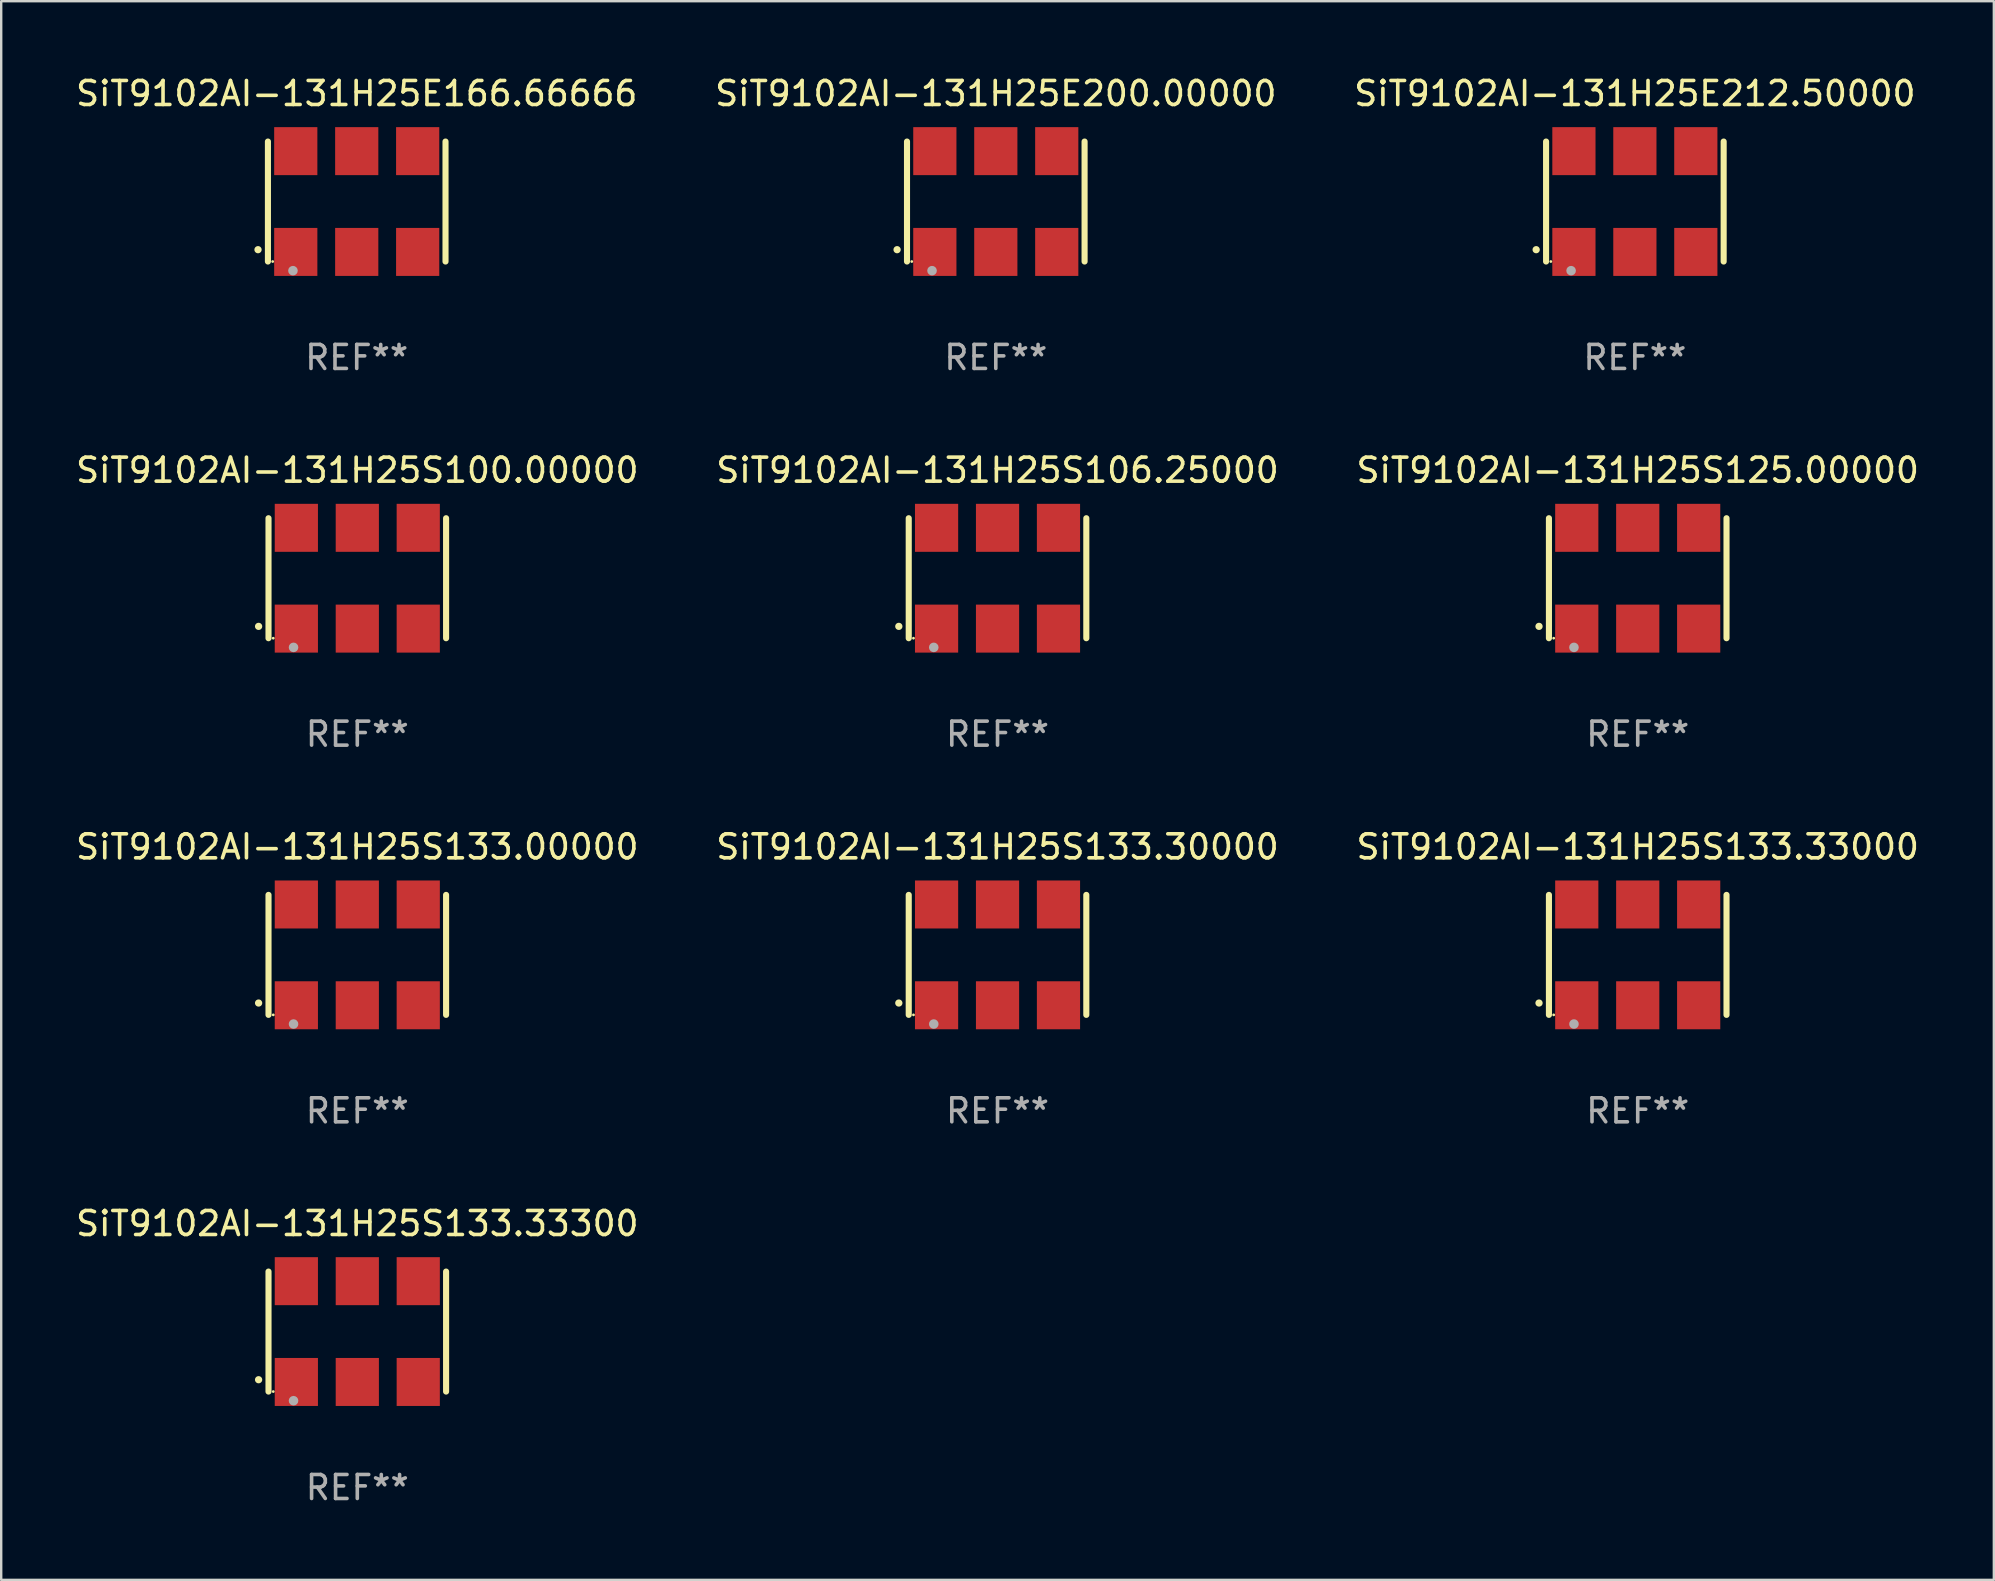
<source format=kicad_pcb>
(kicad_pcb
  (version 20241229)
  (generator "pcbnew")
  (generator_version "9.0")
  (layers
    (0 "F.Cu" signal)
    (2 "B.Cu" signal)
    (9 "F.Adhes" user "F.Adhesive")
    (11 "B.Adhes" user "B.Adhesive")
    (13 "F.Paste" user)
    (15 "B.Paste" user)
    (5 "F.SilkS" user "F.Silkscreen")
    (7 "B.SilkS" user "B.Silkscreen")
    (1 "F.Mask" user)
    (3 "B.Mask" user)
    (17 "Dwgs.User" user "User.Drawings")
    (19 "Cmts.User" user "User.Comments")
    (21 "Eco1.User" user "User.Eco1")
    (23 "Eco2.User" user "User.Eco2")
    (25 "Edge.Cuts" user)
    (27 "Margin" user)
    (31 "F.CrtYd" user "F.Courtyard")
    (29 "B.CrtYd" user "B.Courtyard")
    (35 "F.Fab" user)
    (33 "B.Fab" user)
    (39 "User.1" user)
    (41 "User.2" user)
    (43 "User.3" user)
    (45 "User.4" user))
  (footprint "SiT9102AI-131H25S125.00000"
    (layer "F.Cu")
    (at 65.196 21.045)
    (property "Reference" "SiT9102AI-131H25S125.00000" (at 0 -4.5 0) (layer "F.SilkS") (effects (font (size 1 1) (thickness 0.15))))
    (attr through_hole)
    (fp_line (start -3.7 -2.5) (end -3.7 2.5) (stroke (width 0.254) (type solid)) (layer "F.SilkS"))
    (fp_line (start 3.7 -2.5) (end 3.7 2.5) (stroke (width 0.254) (type solid)) (layer "F.SilkS"))
    (fp_arc (start -4.114415 2.006604) (mid -4.113145 2.006599) (end -4.111875 2.006604) (stroke (width 0.3) (type solid)) (layer "F.SilkS"))
    (fp_circle (center -3.502 2.5) (end -3.472 2.5) (stroke (width 0.06) (type solid)) (fill no) (layer "F.SilkS"))
    (fp_circle (center -2.657 2.882) (end -2.557 2.882) (stroke (width 0.2) (type solid)) (fill no) (layer "F.Fab"))
    (fp_text user "REF**" (at 0 6.5 0) (layer "F.Fab") (effects (font (size 1 1) (thickness 0.15))))
    (pad "1" smd rect (at -2.54 2.1) (size 1.8 2) (layers "F.Cu" "F.Mask" "F.Paste"))
    (pad "2" smd rect (at 0.000394 2.1) (size 1.8 2) (layers "F.Cu" "F.Mask" "F.Paste"))
    (pad "3" smd rect (at 2.54 2.1) (size 1.8 2) (layers "F.Cu" "F.Mask" "F.Paste"))
    (pad "4" smd rect (at 2.54 -2.1) (size 1.8 2) (layers "F.Cu" "F.Mask" "F.Paste"))
    (pad "5" smd rect (at 0.000394 -2.1) (size 1.8 2) (layers "F.Cu" "F.Mask" "F.Paste"))
    (pad "6" smd rect (at -2.54 -2.1) (size 1.8 2) (layers "F.Cu" "F.Mask" "F.Paste")))
  (footprint "SiT9102AI-131H25E200.00000"
    (layer "F.Cu")
    (at 38.446 5.348)
    (property "Reference" "SiT9102AI-131H25E200.00000" (at 0 -4.5 0) (layer "F.SilkS") (effects (font (size 1 1) (thickness 0.15))))
    (attr through_hole)
    (fp_line (start -3.7 -2.5) (end -3.7 2.5) (stroke (width 0.254) (type solid)) (layer "F.SilkS"))
    (fp_line (start 3.7 -2.5) (end 3.7 2.5) (stroke (width 0.254) (type solid)) (layer "F.SilkS"))
    (fp_arc (start -4.114415 2.006604) (mid -4.113145 2.006599) (end -4.111875 2.006604) (stroke (width 0.3) (type solid)) (layer "F.SilkS"))
    (fp_circle (center -3.502 2.5) (end -3.472 2.5) (stroke (width 0.06) (type solid)) (fill no) (layer "F.SilkS"))
    (fp_circle (center -2.657 2.882) (end -2.557 2.882) (stroke (width 0.2) (type solid)) (fill no) (layer "F.Fab"))
    (fp_text user "REF**" (at 0 6.5 0) (layer "F.Fab") (effects (font (size 1 1) (thickness 0.15))))
    (pad "1" smd rect (at -2.54 2.1) (size 1.8 2) (layers "F.Cu" "F.Mask" "F.Paste"))
    (pad "2" smd rect (at 0.000394 2.1) (size 1.8 2) (layers "F.Cu" "F.Mask" "F.Paste"))
    (pad "3" smd rect (at 2.54 2.1) (size 1.8 2) (layers "F.Cu" "F.Mask" "F.Paste"))
    (pad "4" smd rect (at 2.54 -2.1) (size 1.8 2) (layers "F.Cu" "F.Mask" "F.Paste"))
    (pad "5" smd rect (at 0.000394 -2.1) (size 1.8 2) (layers "F.Cu" "F.Mask" "F.Paste"))
    (pad "6" smd rect (at -2.54 -2.1) (size 1.8 2) (layers "F.Cu" "F.Mask" "F.Paste")))
  (footprint "SiT9102AI-131H25S106.25000"
    (layer "F.Cu")
    (at 38.518 21.045)
    (property "Reference" "SiT9102AI-131H25S106.25000" (at 0 -4.5 0) (layer "F.SilkS") (effects (font (size 1 1) (thickness 0.15))))
    (attr through_hole)
    (fp_line (start -3.7 -2.5) (end -3.7 2.5) (stroke (width 0.254) (type solid)) (layer "F.SilkS"))
    (fp_line (start 3.7 -2.5) (end 3.7 2.5) (stroke (width 0.254) (type solid)) (layer "F.SilkS"))
    (fp_arc (start -4.114415 2.006604) (mid -4.113145 2.006599) (end -4.111875 2.006604) (stroke (width 0.3) (type solid)) (layer "F.SilkS"))
    (fp_circle (center -3.502 2.5) (end -3.472 2.5) (stroke (width 0.06) (type solid)) (fill no) (layer "F.SilkS"))
    (fp_circle (center -2.657 2.882) (end -2.557 2.882) (stroke (width 0.2) (type solid)) (fill no) (layer "F.Fab"))
    (fp_text user "REF**" (at 0 6.5 0) (layer "F.Fab") (effects (font (size 1 1) (thickness 0.15))))
    (pad "1" smd rect (at -2.54 2.1) (size 1.8 2) (layers "F.Cu" "F.Mask" "F.Paste"))
    (pad "2" smd rect (at 0.000394 2.1) (size 1.8 2) (layers "F.Cu" "F.Mask" "F.Paste"))
    (pad "3" smd rect (at 2.54 2.1) (size 1.8 2) (layers "F.Cu" "F.Mask" "F.Paste"))
    (pad "4" smd rect (at 2.54 -2.1) (size 1.8 2) (layers "F.Cu" "F.Mask" "F.Paste"))
    (pad "5" smd rect (at 0.000394 -2.1) (size 1.8 2) (layers "F.Cu" "F.Mask" "F.Paste"))
    (pad "6" smd rect (at -2.54 -2.1) (size 1.8 2) (layers "F.Cu" "F.Mask" "F.Paste")))
  (footprint "SiT9102AI-131H25S100.00000"
    (layer "F.Cu")
    (at 11.839 21.045)
    (property "Reference" "SiT9102AI-131H25S100.00000" (at 0 -4.5 0) (layer "F.SilkS") (effects (font (size 1 1) (thickness 0.15))))
    (attr through_hole)
    (fp_line (start -3.7 -2.5) (end -3.7 2.5) (stroke (width 0.254) (type solid)) (layer "F.SilkS"))
    (fp_line (start 3.7 -2.5) (end 3.7 2.5) (stroke (width 0.254) (type solid)) (layer "F.SilkS"))
    (fp_arc (start -4.114415 2.006604) (mid -4.113145 2.006599) (end -4.111875 2.006604) (stroke (width 0.3) (type solid)) (layer "F.SilkS"))
    (fp_circle (center -3.502 2.5) (end -3.472 2.5) (stroke (width 0.06) (type solid)) (fill no) (layer "F.SilkS"))
    (fp_circle (center -2.657 2.882) (end -2.557 2.882) (stroke (width 0.2) (type solid)) (fill no) (layer "F.Fab"))
    (fp_text user "REF**" (at 0 6.5 0) (layer "F.Fab") (effects (font (size 1 1) (thickness 0.15))))
    (pad "1" smd rect (at -2.54 2.1) (size 1.8 2) (layers "F.Cu" "F.Mask" "F.Paste"))
    (pad "2" smd rect (at 0.000394 2.1) (size 1.8 2) (layers "F.Cu" "F.Mask" "F.Paste"))
    (pad "3" smd rect (at 2.54 2.1) (size 1.8 2) (layers "F.Cu" "F.Mask" "F.Paste"))
    (pad "4" smd rect (at 2.54 -2.1) (size 1.8 2) (layers "F.Cu" "F.Mask" "F.Paste"))
    (pad "5" smd rect (at 0.000394 -2.1) (size 1.8 2) (layers "F.Cu" "F.Mask" "F.Paste"))
    (pad "6" smd rect (at -2.54 -2.1) (size 1.8 2) (layers "F.Cu" "F.Mask" "F.Paste")))
  (footprint "SiT9102AI-131H25E166.66666"
    (layer "F.Cu")
    (at 11.815 5.348)
    (property "Reference" "SiT9102AI-131H25E166.66666" (at 0 -4.5 0) (layer "F.SilkS") (effects (font (size 1 1) (thickness 0.15))))
    (attr through_hole)
    (fp_line (start -3.7 -2.5) (end -3.7 2.5) (stroke (width 0.254) (type solid)) (layer "F.SilkS"))
    (fp_line (start 3.7 -2.5) (end 3.7 2.5) (stroke (width 0.254) (type solid)) (layer "F.SilkS"))
    (fp_arc (start -4.114415 2.006604) (mid -4.113145 2.006599) (end -4.111875 2.006604) (stroke (width 0.3) (type solid)) (layer "F.SilkS"))
    (fp_circle (center -3.502 2.5) (end -3.472 2.5) (stroke (width 0.06) (type solid)) (fill no) (layer "F.SilkS"))
    (fp_circle (center -2.657 2.882) (end -2.557 2.882) (stroke (width 0.2) (type solid)) (fill no) (layer "F.Fab"))
    (fp_text user "REF**" (at 0 6.5 0) (layer "F.Fab") (effects (font (size 1 1) (thickness 0.15))))
    (pad "1" smd rect (at -2.54 2.1) (size 1.8 2) (layers "F.Cu" "F.Mask" "F.Paste"))
    (pad "2" smd rect (at 0.000394 2.1) (size 1.8 2) (layers "F.Cu" "F.Mask" "F.Paste"))
    (pad "3" smd rect (at 2.54 2.1) (size 1.8 2) (layers "F.Cu" "F.Mask" "F.Paste"))
    (pad "4" smd rect (at 2.54 -2.1) (size 1.8 2) (layers "F.Cu" "F.Mask" "F.Paste"))
    (pad "5" smd rect (at 0.000394 -2.1) (size 1.8 2) (layers "F.Cu" "F.Mask" "F.Paste"))
    (pad "6" smd rect (at -2.54 -2.1) (size 1.8 2) (layers "F.Cu" "F.Mask" "F.Paste")))
  (footprint "SiT9102AI-131H25E212.50000"
    (layer "F.Cu")
    (at 65.077 5.348)
    (property "Reference" "SiT9102AI-131H25E212.50000" (at 0 -4.5 0) (layer "F.SilkS") (effects (font (size 1 1) (thickness 0.15))))
    (attr through_hole)
    (fp_line (start -3.7 -2.5) (end -3.7 2.5) (stroke (width 0.254) (type solid)) (layer "F.SilkS"))
    (fp_line (start 3.7 -2.5) (end 3.7 2.5) (stroke (width 0.254) (type solid)) (layer "F.SilkS"))
    (fp_arc (start -4.114415 2.006604) (mid -4.113145 2.006599) (end -4.111875 2.006604) (stroke (width 0.3) (type solid)) (layer "F.SilkS"))
    (fp_circle (center -3.502 2.5) (end -3.472 2.5) (stroke (width 0.06) (type solid)) (fill no) (layer "F.SilkS"))
    (fp_circle (center -2.657 2.882) (end -2.557 2.882) (stroke (width 0.2) (type solid)) (fill no) (layer "F.Fab"))
    (fp_text user "REF**" (at 0 6.5 0) (layer "F.Fab") (effects (font (size 1 1) (thickness 0.15))))
    (pad "1" smd rect (at -2.54 2.1) (size 1.8 2) (layers "F.Cu" "F.Mask" "F.Paste"))
    (pad "2" smd rect (at 0.000394 2.1) (size 1.8 2) (layers "F.Cu" "F.Mask" "F.Paste"))
    (pad "3" smd rect (at 2.54 2.1) (size 1.8 2) (layers "F.Cu" "F.Mask" "F.Paste"))
    (pad "4" smd rect (at 2.54 -2.1) (size 1.8 2) (layers "F.Cu" "F.Mask" "F.Paste"))
    (pad "5" smd rect (at 0.000394 -2.1) (size 1.8 2) (layers "F.Cu" "F.Mask" "F.Paste"))
    (pad "6" smd rect (at -2.54 -2.1) (size 1.8 2) (layers "F.Cu" "F.Mask" "F.Paste")))
  (footprint "SiT9102AI-131H25S133.33000"
    (layer "F.Cu")
    (at 65.196 36.741)
    (property "Reference" "SiT9102AI-131H25S133.33000" (at 0 -4.5 0) (layer "F.SilkS") (effects (font (size 1 1) (thickness 0.15))))
    (attr through_hole)
    (fp_line (start -3.7 -2.5) (end -3.7 2.5) (stroke (width 0.254) (type solid)) (layer "F.SilkS"))
    (fp_line (start 3.7 -2.5) (end 3.7 2.5) (stroke (width 0.254) (type solid)) (layer "F.SilkS"))
    (fp_arc (start -4.114415 2.006604) (mid -4.113145 2.006599) (end -4.111875 2.006604) (stroke (width 0.3) (type solid)) (layer "F.SilkS"))
    (fp_circle (center -3.502 2.5) (end -3.472 2.5) (stroke (width 0.06) (type solid)) (fill no) (layer "F.SilkS"))
    (fp_circle (center -2.657 2.882) (end -2.557 2.882) (stroke (width 0.2) (type solid)) (fill no) (layer "F.Fab"))
    (fp_text user "REF**" (at 0 6.5 0) (layer "F.Fab") (effects (font (size 1 1) (thickness 0.15))))
    (pad "1" smd rect (at -2.54 2.1) (size 1.8 2) (layers "F.Cu" "F.Mask" "F.Paste"))
    (pad "2" smd rect (at 0.000394 2.1) (size 1.8 2) (layers "F.Cu" "F.Mask" "F.Paste"))
    (pad "3" smd rect (at 2.54 2.1) (size 1.8 2) (layers "F.Cu" "F.Mask" "F.Paste"))
    (pad "4" smd rect (at 2.54 -2.1) (size 1.8 2) (layers "F.Cu" "F.Mask" "F.Paste"))
    (pad "5" smd rect (at 0.000394 -2.1) (size 1.8 2) (layers "F.Cu" "F.Mask" "F.Paste"))
    (pad "6" smd rect (at -2.54 -2.1) (size 1.8 2) (layers "F.Cu" "F.Mask" "F.Paste")))
  (footprint "SiT9102AI-131H25S133.00000"
    (layer "F.Cu")
    (at 11.839 36.741)
    (property "Reference" "SiT9102AI-131H25S133.00000" (at 0 -4.5 0) (layer "F.SilkS") (effects (font (size 1 1) (thickness 0.15))))
    (attr through_hole)
    (fp_line (start -3.7 -2.5) (end -3.7 2.5) (stroke (width 0.254) (type solid)) (layer "F.SilkS"))
    (fp_line (start 3.7 -2.5) (end 3.7 2.5) (stroke (width 0.254) (type solid)) (layer "F.SilkS"))
    (fp_arc (start -4.114415 2.006604) (mid -4.113145 2.006599) (end -4.111875 2.006604) (stroke (width 0.3) (type solid)) (layer "F.SilkS"))
    (fp_circle (center -3.502 2.5) (end -3.472 2.5) (stroke (width 0.06) (type solid)) (fill no) (layer "F.SilkS"))
    (fp_circle (center -2.657 2.882) (end -2.557 2.882) (stroke (width 0.2) (type solid)) (fill no) (layer "F.Fab"))
    (fp_text user "REF**" (at 0 6.5 0) (layer "F.Fab") (effects (font (size 1 1) (thickness 0.15))))
    (pad "1" smd rect (at -2.54 2.1) (size 1.8 2) (layers "F.Cu" "F.Mask" "F.Paste"))
    (pad "2" smd rect (at 0.000394 2.1) (size 1.8 2) (layers "F.Cu" "F.Mask" "F.Paste"))
    (pad "3" smd rect (at 2.54 2.1) (size 1.8 2) (layers "F.Cu" "F.Mask" "F.Paste"))
    (pad "4" smd rect (at 2.54 -2.1) (size 1.8 2) (layers "F.Cu" "F.Mask" "F.Paste"))
    (pad "5" smd rect (at 0.000394 -2.1) (size 1.8 2) (layers "F.Cu" "F.Mask" "F.Paste"))
    (pad "6" smd rect (at -2.54 -2.1) (size 1.8 2) (layers "F.Cu" "F.Mask" "F.Paste")))
  (footprint "SiT9102AI-131H25S133.30000"
    (layer "F.Cu")
    (at 38.518 36.741)
    (property "Reference" "SiT9102AI-131H25S133.30000" (at 0 -4.5 0) (layer "F.SilkS") (effects (font (size 1 1) (thickness 0.15))))
    (attr through_hole)
    (fp_line (start -3.7 -2.5) (end -3.7 2.5) (stroke (width 0.254) (type solid)) (layer "F.SilkS"))
    (fp_line (start 3.7 -2.5) (end 3.7 2.5) (stroke (width 0.254) (type solid)) (layer "F.SilkS"))
    (fp_arc (start -4.114415 2.006604) (mid -4.113145 2.006599) (end -4.111875 2.006604) (stroke (width 0.3) (type solid)) (layer "F.SilkS"))
    (fp_circle (center -3.502 2.5) (end -3.472 2.5) (stroke (width 0.06) (type solid)) (fill no) (layer "F.SilkS"))
    (fp_circle (center -2.657 2.882) (end -2.557 2.882) (stroke (width 0.2) (type solid)) (fill no) (layer "F.Fab"))
    (fp_text user "REF**" (at 0 6.5 0) (layer "F.Fab") (effects (font (size 1 1) (thickness 0.15))))
    (pad "1" smd rect (at -2.54 2.1) (size 1.8 2) (layers "F.Cu" "F.Mask" "F.Paste"))
    (pad "2" smd rect (at 0.000394 2.1) (size 1.8 2) (layers "F.Cu" "F.Mask" "F.Paste"))
    (pad "3" smd rect (at 2.54 2.1) (size 1.8 2) (layers "F.Cu" "F.Mask" "F.Paste"))
    (pad "4" smd rect (at 2.54 -2.1) (size 1.8 2) (layers "F.Cu" "F.Mask" "F.Paste"))
    (pad "5" smd rect (at 0.000394 -2.1) (size 1.8 2) (layers "F.Cu" "F.Mask" "F.Paste"))
    (pad "6" smd rect (at -2.54 -2.1) (size 1.8 2) (layers "F.Cu" "F.Mask" "F.Paste")))
  (footprint "SiT9102AI-131H25S133.33300"
    (layer "F.Cu")
    (at 11.839 52.438)
    (property "Reference" "SiT9102AI-131H25S133.33300" (at 0 -4.5 0) (layer "F.SilkS") (effects (font (size 1 1) (thickness 0.15))))
    (attr through_hole)
    (fp_line (start -3.7 -2.5) (end -3.7 2.5) (stroke (width 0.254) (type solid)) (layer "F.SilkS"))
    (fp_line (start 3.7 -2.5) (end 3.7 2.5) (stroke (width 0.254) (type solid)) (layer "F.SilkS"))
    (fp_arc (start -4.114415 2.006604) (mid -4.113145 2.006599) (end -4.111875 2.006604) (stroke (width 0.3) (type solid)) (layer "F.SilkS"))
    (fp_circle (center -3.502 2.5) (end -3.472 2.5) (stroke (width 0.06) (type solid)) (fill no) (layer "F.SilkS"))
    (fp_circle (center -2.657 2.882) (end -2.557 2.882) (stroke (width 0.2) (type solid)) (fill no) (layer "F.Fab"))
    (fp_text user "REF**" (at 0 6.5 0) (layer "F.Fab") (effects (font (size 1 1) (thickness 0.15))))
    (pad "1" smd rect (at -2.54 2.1) (size 1.8 2) (layers "F.Cu" "F.Mask" "F.Paste"))
    (pad "2" smd rect (at 0.000394 2.1) (size 1.8 2) (layers "F.Cu" "F.Mask" "F.Paste"))
    (pad "3" smd rect (at 2.54 2.1) (size 1.8 2) (layers "F.Cu" "F.Mask" "F.Paste"))
    (pad "4" smd rect (at 2.54 -2.1) (size 1.8 2) (layers "F.Cu" "F.Mask" "F.Paste"))
    (pad "5" smd rect (at 0.000394 -2.1) (size 1.8 2) (layers "F.Cu" "F.Mask" "F.Paste"))
    (pad "6" smd rect (at -2.54 -2.1) (size 1.8 2) (layers "F.Cu" "F.Mask" "F.Paste")))
  (gr_rect
    (start -3 -3)
    (end 80.036 62.786)
    (stroke (width 0.1) (type default))
    (fill no)
    (layer "Edge.Cuts")))
</source>
